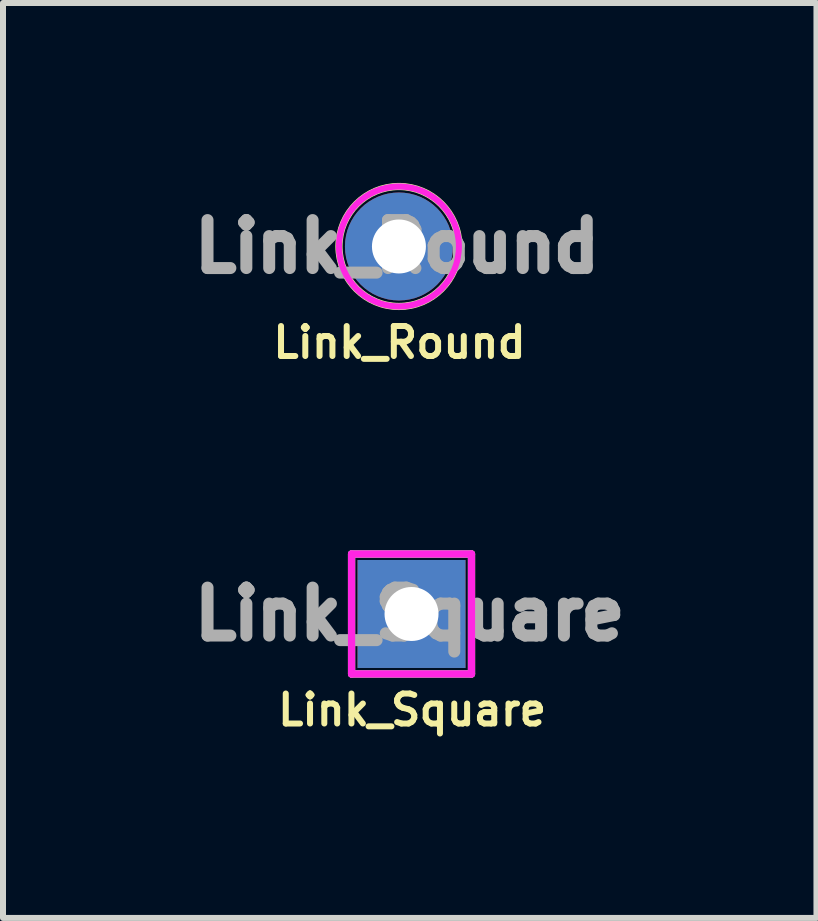
<source format=kicad_pcb>
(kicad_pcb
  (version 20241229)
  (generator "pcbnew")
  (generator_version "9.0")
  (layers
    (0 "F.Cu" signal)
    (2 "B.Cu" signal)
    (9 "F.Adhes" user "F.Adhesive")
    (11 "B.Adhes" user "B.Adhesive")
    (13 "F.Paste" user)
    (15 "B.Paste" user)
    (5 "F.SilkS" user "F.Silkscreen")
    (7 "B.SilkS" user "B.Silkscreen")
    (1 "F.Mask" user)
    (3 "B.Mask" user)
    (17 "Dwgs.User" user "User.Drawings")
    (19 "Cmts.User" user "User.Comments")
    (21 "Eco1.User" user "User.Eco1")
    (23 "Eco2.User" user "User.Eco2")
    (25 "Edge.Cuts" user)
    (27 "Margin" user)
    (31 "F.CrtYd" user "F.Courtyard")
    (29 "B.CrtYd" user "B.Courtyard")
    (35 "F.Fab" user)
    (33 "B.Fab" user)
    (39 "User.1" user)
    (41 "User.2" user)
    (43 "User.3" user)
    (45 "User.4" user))
  (footprint "Link_Round"
    (layer "F.Cu")
    (at 3.602 1.06)
    (property "Reference" "Link_Round" (at 0.01 1.6 0) (layer "F.SilkS") (effects (font (size 0.5 0.5) (thickness 0.1))))
    (attr through_hole)
    (fp_circle (center 0 0) (end 1 0) (stroke (width 0.12) (type solid)) (fill no) (layer "F.SilkS"))
    (fp_circle (center 0 0) (end 1 0) (stroke (width 0.1) (type solid)) (fill no) (layer "F.CrtYd"))
    (fp_circle (center 0 0) (end 1 0) (stroke (width 0.1) (type solid)) (fill no) (layer "F.Fab"))
    (fp_text user "${REFERENCE}" (at -0.03 0 0) (layer "F.Fab") (effects (font (size 0.8 0.8) (thickness 0.2))))
    (pad "1" thru_hole circle (at 0 0) (size 1.8 1.8) (drill 0.9) (layers "*.Cu" "*.Mask")))
  (footprint "Link_Square"
    (layer "F.Cu")
    (at 3.812 7.188)
    (property "Reference" "Link_Square" (at 0.01 1.6 0) (layer "F.SilkS") (effects (font (size 0.5 0.5) (thickness 0.1))))
    (attr through_hole)
    (fp_line (start -1 -1) (end -1 1) (stroke (width 0.12) (type solid)) (layer "F.SilkS"))
    (fp_line (start -1 -1) (end 1 -1) (stroke (width 0.12) (type solid)) (layer "F.SilkS"))
    (fp_line (start -1 1) (end 1 1) (stroke (width 0.12) (type solid)) (layer "F.SilkS"))
    (fp_line (start 1 -1) (end 1 1) (stroke (width 0.12) (type solid)) (layer "F.SilkS"))
    (fp_line (start -1 -1) (end -1 1) (stroke (width 0.12) (type solid)) (layer "F.CrtYd"))
    (fp_line (start -1 -1) (end 1 -1) (stroke (width 0.12) (type solid)) (layer "F.CrtYd"))
    (fp_line (start -1 1) (end 1 1) (stroke (width 0.12) (type solid)) (layer "F.CrtYd"))
    (fp_line (start 1 -1) (end 1 1) (stroke (width 0.12) (type solid)) (layer "F.CrtYd"))
    (fp_line (start -1 -1) (end -1 1) (stroke (width 0.12) (type solid)) (layer "F.Fab"))
    (fp_line (start -1 -1) (end 1 -1) (stroke (width 0.12) (type solid)) (layer "F.Fab"))
    (fp_line (start -1 1) (end 1 1) (stroke (width 0.12) (type solid)) (layer "F.Fab"))
    (fp_line (start 1 -1) (end 1 1) (stroke (width 0.12) (type solid)) (layer "F.Fab"))
    (fp_text user "${REFERENCE}" (at -0.03 0 0) (layer "F.Fab") (effects (font (size 0.8 0.8) (thickness 0.2))))
    (pad "1" thru_hole rect (at 0 0) (size 1.8 1.8) (drill 0.9) (layers "*.Cu" "*.Mask")))
  (gr_rect
    (start -3 -3)
    (end 10.564 12.256)
    (stroke (width 0.1) (type default))
    (fill no)
    (layer "Edge.Cuts")))
</source>
